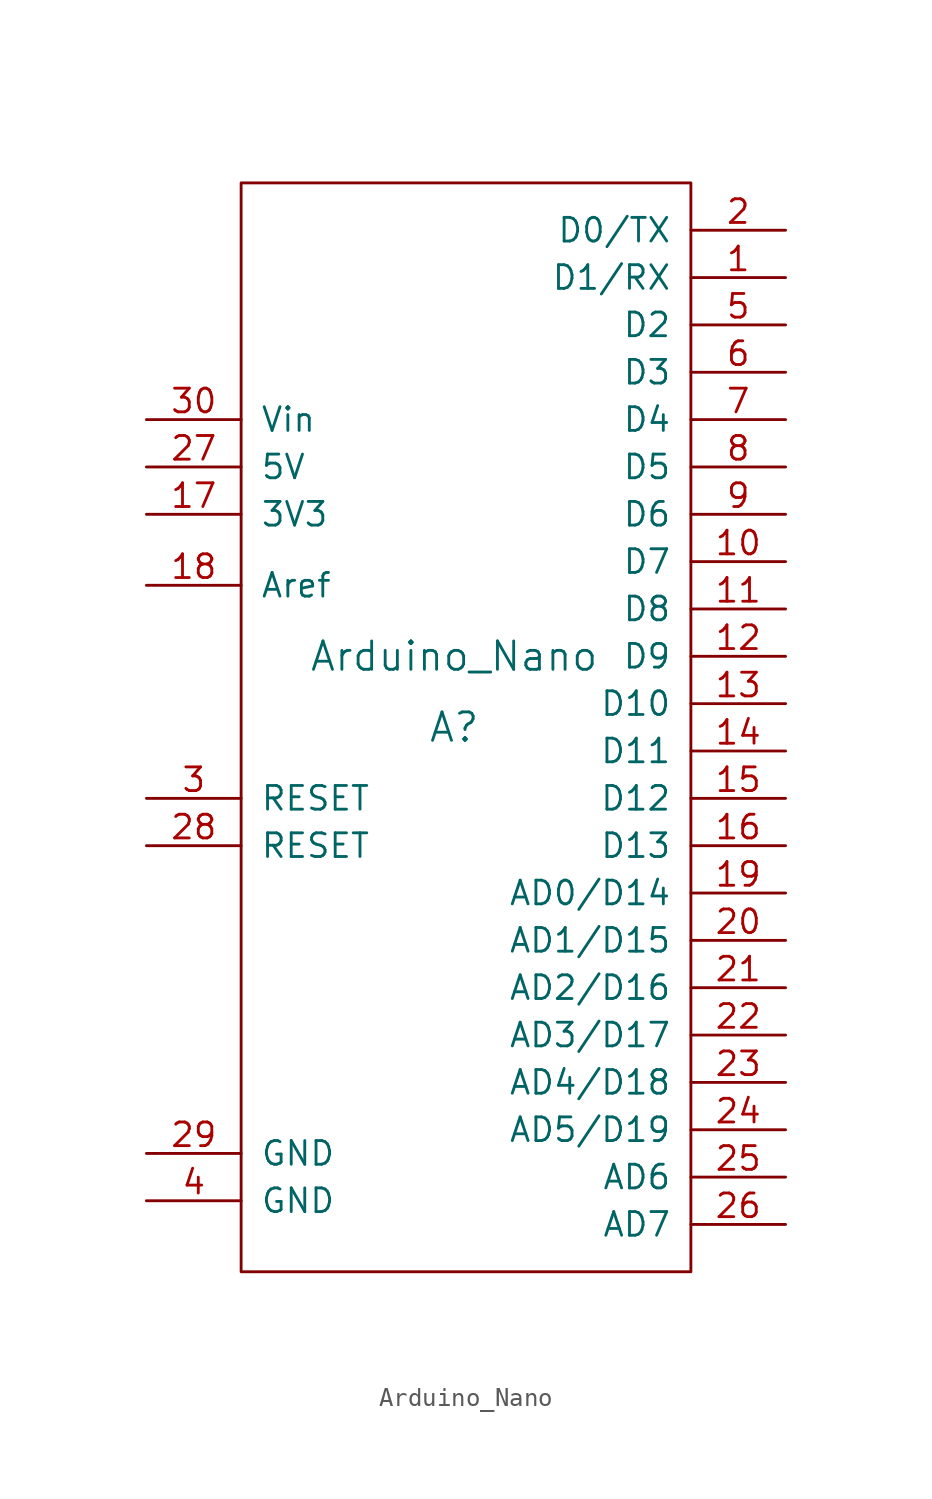
<source format=kicad_sym>
(kicad_symbol_lib
  (version 20220914)
  (generator kicad_symbol_editor)
  (symbol "Arduino_Nano"
    (pin_names
      (offset 1.016))
    (property "Reference" "A"
      (at 0 0 0)
      (effects (font (size 1.524 1.524))))
    (property "Value" "Arduino_Nano"
      (at 0 3.81 0)
      (effects (font (size 1.524 1.524))))
    (property "Footprint" ""
      (at 0 0 0)
      (effects (font (size 1.524 1.524))))
    (property "Datasheet" ""
      (at 0 0 0)
      (effects (font (size 1.524 1.524))))
    (symbol "Arduino_Nano_0_1"
      (rectangle (start 12.7 29.21) (end -11.43 -29.21) (stroke (width 0) (type default)) (fill (type none))))
    (symbol "Arduino_Nano_1_1"
      (pin bidirectional line (at 17.78 24.13 180) (length 5.08) (name "D1/RX" (effects (font (size 1.27 1.27)))) (number "1" (effects (font (size 1.27 1.27)))))
      (pin bidirectional line (at 17.78 8.89 180) (length 5.08) (name "D7" (effects (font (size 1.27 1.27)))) (number "10" (effects (font (size 1.27 1.27)))))
      (pin bidirectional line (at 17.78 6.35 180) (length 5.08) (name "D8" (effects (font (size 1.27 1.27)))) (number "11" (effects (font (size 1.27 1.27)))))
      (pin bidirectional line (at 17.78 3.81 180) (length 5.08) (name "D9" (effects (font (size 1.27 1.27)))) (number "12" (effects (font (size 1.27 1.27)))))
      (pin bidirectional line (at 17.78 1.27 180) (length 5.08) (name "D10" (effects (font (size 1.27 1.27)))) (number "13" (effects (font (size 1.27 1.27)))))
      (pin bidirectional line (at 17.78 -1.27 180) (length 5.08) (name "D11" (effects (font (size 1.27 1.27)))) (number "14" (effects (font (size 1.27 1.27)))))
      (pin bidirectional line (at 17.78 -3.81 180) (length 5.08) (name "D12" (effects (font (size 1.27 1.27)))) (number "15" (effects (font (size 1.27 1.27)))))
      (pin bidirectional line (at 17.78 -6.35 180) (length 5.08) (name "D13" (effects (font (size 1.27 1.27)))) (number "16" (effects (font (size 1.27 1.27)))))
      (pin power_in line (at -16.51 11.43 0) (length 5.08) (name "3V3" (effects (font (size 1.27 1.27)))) (number "17" (effects (font (size 1.27 1.27)))))
      (pin passive line (at -16.51 7.62 0) (length 5.08) (name "Aref" (effects (font (size 1.27 1.27)))) (number "18" (effects (font (size 1.27 1.27)))))
      (pin bidirectional line (at 17.78 -8.89 180) (length 5.08) (name "AD0/D14" (effects (font (size 1.27 1.27)))) (number "19" (effects (font (size 1.27 1.27)))))
      (pin bidirectional line (at 17.78 26.67 180) (length 5.08) (name "D0/TX" (effects (font (size 1.27 1.27)))) (number "2" (effects (font (size 1.27 1.27)))))
      (pin bidirectional line (at 17.78 -11.43 180) (length 5.08) (name "AD1/D15" (effects (font (size 1.27 1.27)))) (number "20" (effects (font (size 1.27 1.27)))))
      (pin bidirectional line (at 17.78 -13.97 180) (length 5.08) (name "AD2/D16" (effects (font (size 1.27 1.27)))) (number "21" (effects (font (size 1.27 1.27)))))
      (pin bidirectional line (at 17.78 -16.51 180) (length 5.08) (name "AD3/D17" (effects (font (size 1.27 1.27)))) (number "22" (effects (font (size 1.27 1.27)))))
      (pin bidirectional line (at 17.78 -19.05 180) (length 5.08) (name "AD4/D18" (effects (font (size 1.27 1.27)))) (number "23" (effects (font (size 1.27 1.27)))))
      (pin bidirectional line (at 17.78 -21.59 180) (length 5.08) (name "AD5/D19" (effects (font (size 1.27 1.27)))) (number "24" (effects (font (size 1.27 1.27)))))
      (pin input line (at 17.78 -24.13 180) (length 5.08) (name "AD6" (effects (font (size 1.27 1.27)))) (number "25" (effects (font (size 1.27 1.27)))))
      (pin input line (at 17.78 -26.67 180) (length 5.08) (name "AD7" (effects (font (size 1.27 1.27)))) (number "26" (effects (font (size 1.27 1.27)))))
      (pin power_out line (at -16.51 13.97 0) (length 5.08) (name "5V" (effects (font (size 1.27 1.27)))) (number "27" (effects (font (size 1.27 1.27)))))
      (pin input line (at -16.51 -6.35 0) (length 5.08) (name "RESET" (effects (font (size 1.27 1.27)))) (number "28" (effects (font (size 1.27 1.27)))))
      (pin power_in line (at -16.51 -22.86 0) (length 5.08) (name "GND" (effects (font (size 1.27 1.27)))) (number "29" (effects (font (size 1.27 1.27)))))
      (pin input line (at -16.51 -3.81 0) (length 5.08) (name "RESET" (effects (font (size 1.27 1.27)))) (number "3" (effects (font (size 1.27 1.27)))))
      (pin power_in line (at -16.51 16.51 0) (length 5.08) (name "Vin" (effects (font (size 1.27 1.27)))) (number "30" (effects (font (size 1.27 1.27)))))
      (pin power_in line (at -16.51 -25.4 0) (length 5.08) (name "GND" (effects (font (size 1.27 1.27)))) (number "4" (effects (font (size 1.27 1.27)))))
      (pin bidirectional line (at 17.78 21.59 180) (length 5.08) (name "D2" (effects (font (size 1.27 1.27)))) (number "5" (effects (font (size 1.27 1.27)))))
      (pin bidirectional line (at 17.78 19.05 180) (length 5.08) (name "D3" (effects (font (size 1.27 1.27)))) (number "6" (effects (font (size 1.27 1.27)))))
      (pin bidirectional line (at 17.78 16.51 180) (length 5.08) (name "D4" (effects (font (size 1.27 1.27)))) (number "7" (effects (font (size 1.27 1.27)))))
      (pin bidirectional line (at 17.78 13.97 180) (length 5.08) (name "D5" (effects (font (size 1.27 1.27)))) (number "8" (effects (font (size 1.27 1.27)))))
      (pin bidirectional line (at 17.78 11.43 180) (length 5.08) (name "D6" (effects (font (size 1.27 1.27)))) (number "9" (effects (font (size 1.27 1.27))))))))
</source>
